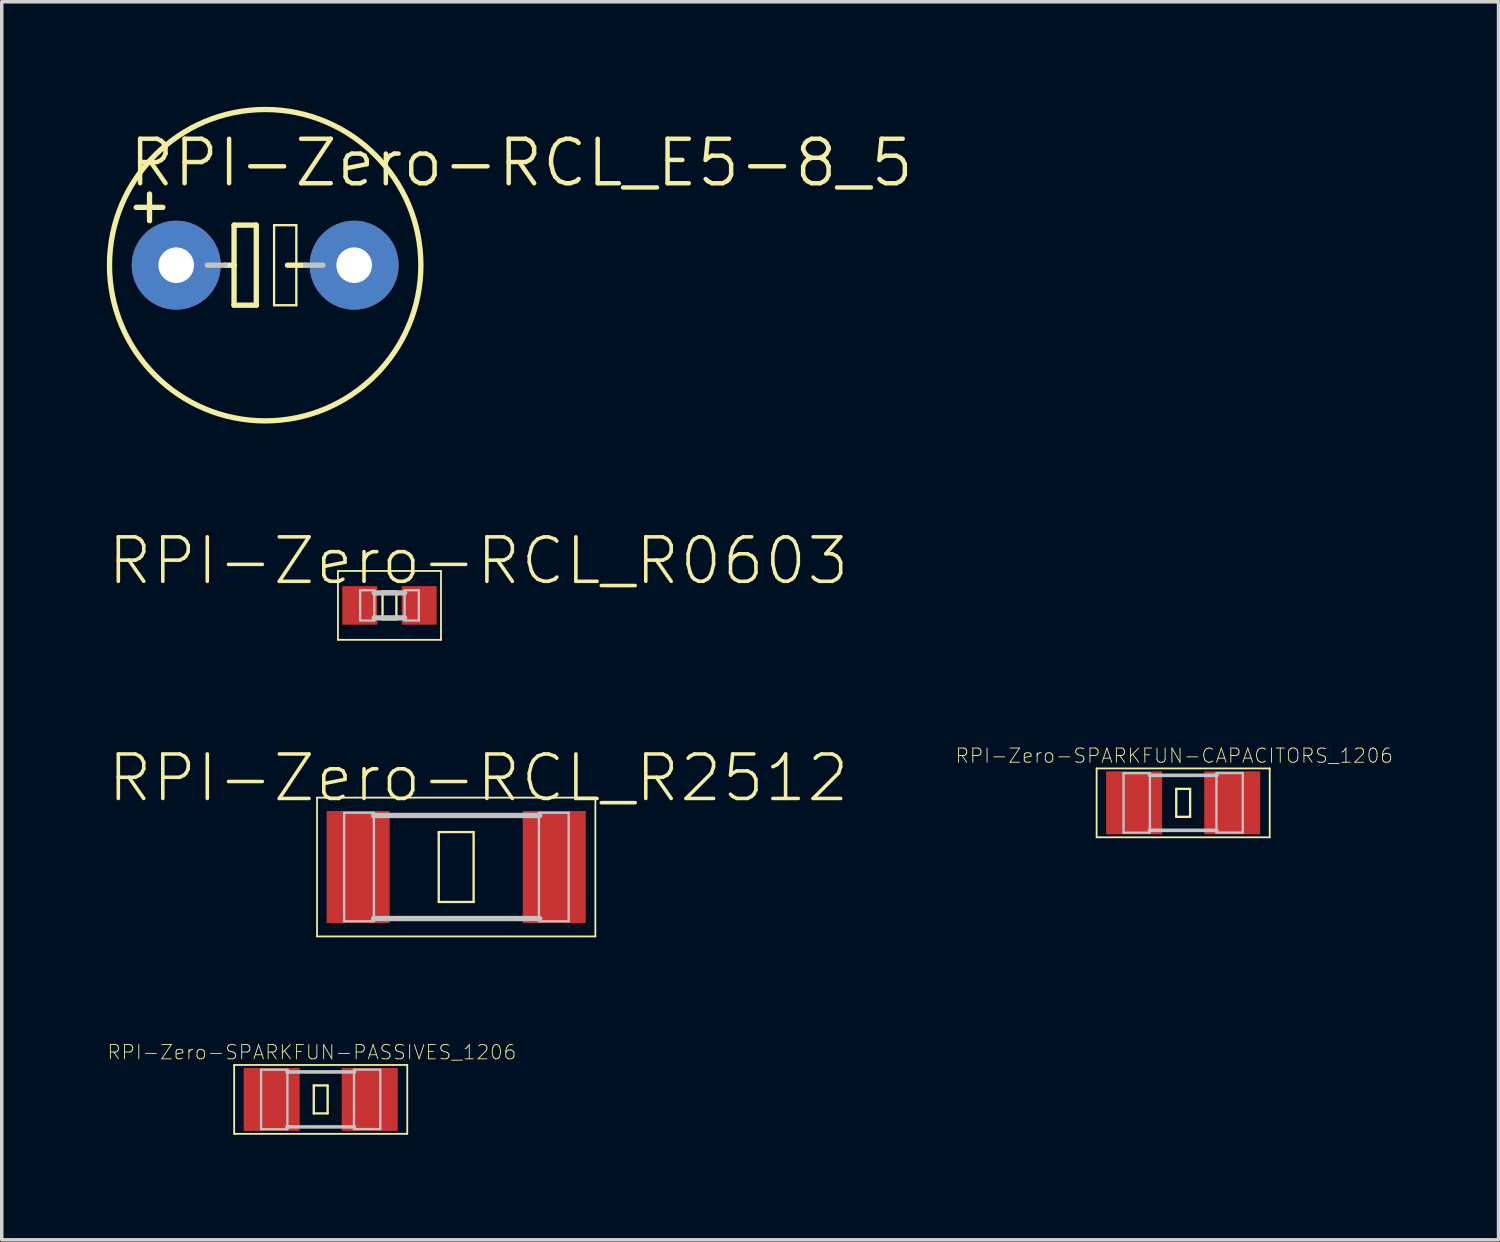
<source format=kicad_pcb>
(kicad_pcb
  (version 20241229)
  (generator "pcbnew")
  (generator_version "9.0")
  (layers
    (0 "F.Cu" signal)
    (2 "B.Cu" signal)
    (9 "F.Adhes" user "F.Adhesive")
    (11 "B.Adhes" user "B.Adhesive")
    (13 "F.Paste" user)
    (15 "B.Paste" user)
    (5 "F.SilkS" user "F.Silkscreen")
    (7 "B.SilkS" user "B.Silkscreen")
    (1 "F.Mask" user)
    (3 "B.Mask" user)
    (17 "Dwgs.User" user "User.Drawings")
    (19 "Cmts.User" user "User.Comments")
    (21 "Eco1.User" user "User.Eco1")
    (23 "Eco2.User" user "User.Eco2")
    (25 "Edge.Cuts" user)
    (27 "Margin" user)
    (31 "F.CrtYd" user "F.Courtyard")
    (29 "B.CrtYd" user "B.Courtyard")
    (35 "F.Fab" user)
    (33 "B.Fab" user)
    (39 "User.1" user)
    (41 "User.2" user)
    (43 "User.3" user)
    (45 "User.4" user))
  (footprint "RPI-Zero-RCL_R0603"
    (layer "F.Cu")
    (at 8.069 14.234)
    (property "Reference" "RPI-Zero-RCL_R0603" (at 2.54 -1.27 0) (layer "F.SilkS") (effects (font (size 1.27 1.27) (thickness 0.102))))
    (attr smd)
    (fp_line (start -1.471 -0.983) (end 1.471 -0.983) (stroke (width 0.051) (type solid)) (layer "F.SilkS"))
    (fp_line (start -1.471 0.983) (end -1.471 -0.983) (stroke (width 0.051) (type solid)) (layer "F.SilkS"))
    (fp_line (start -0.198 -0.399) (end 0.198 -0.399) (stroke (width 0.066) (type solid)) (layer "F.SilkS"))
    (fp_line (start -0.198 0.399) (end -0.198 -0.399) (stroke (width 0.066) (type solid)) (layer "F.SilkS"))
    (fp_line (start -0.198 0.399) (end 0.198 0.399) (stroke (width 0.066) (type solid)) (layer "F.SilkS"))
    (fp_line (start 0.198 0.399) (end 0.198 -0.399) (stroke (width 0.066) (type solid)) (layer "F.SilkS"))
    (fp_line (start 1.471 -0.983) (end 1.471 0.983) (stroke (width 0.051) (type solid)) (layer "F.SilkS"))
    (fp_line (start 1.471 0.983) (end -1.471 0.983) (stroke (width 0.051) (type solid)) (layer "F.SilkS"))
    (fp_line (start -0.838 -0.432) (end -0.432 -0.432) (stroke (width 0.066) (type solid)) (layer "Dwgs.User"))
    (fp_line (start -0.838 0.432) (end -0.838 -0.432) (stroke (width 0.066) (type solid)) (layer "Dwgs.User"))
    (fp_line (start -0.838 0.432) (end -0.432 0.432) (stroke (width 0.066) (type solid)) (layer "Dwgs.User"))
    (fp_line (start -0.432 0.356) (end 0.432 0.356) (stroke (width 0.152) (type solid)) (layer "Dwgs.User"))
    (fp_line (start -0.432 0.432) (end -0.432 -0.432) (stroke (width 0.066) (type solid)) (layer "Dwgs.User"))
    (fp_line (start 0.432 -0.432) (end 0.838 -0.432) (stroke (width 0.066) (type solid)) (layer "Dwgs.User"))
    (fp_line (start 0.432 -0.356) (end -0.432 -0.356) (stroke (width 0.152) (type solid)) (layer "Dwgs.User"))
    (fp_line (start 0.432 0.432) (end 0.432 -0.432) (stroke (width 0.066) (type solid)) (layer "Dwgs.User"))
    (fp_line (start 0.432 0.432) (end 0.838 0.432) (stroke (width 0.066) (type solid)) (layer "Dwgs.User"))
    (fp_line (start 0.838 0.432) (end 0.838 -0.432) (stroke (width 0.066) (type solid)) (layer "Dwgs.User"))
    (pad "1" smd rect (at -0.848 0) (size 0.998 1.1) (layers "F.Cu" "F.Mask" "F.Paste"))
    (pad "2" smd rect (at 0.848 0) (size 0.998 1.1) (layers "F.Cu" "F.Mask" "F.Paste")))
  (footprint "RPI-Zero-RCL_E5-8_5"
    (layer "F.Cu")
    (at 4.521 4.521)
    (property "Reference" "RPI-Zero-RCL_E5-8_5" (at 7.315 -2.921 0) (layer "F.SilkS") (effects (font (size 1.27 1.27) (thickness 0.127))))
    (attr exclude_from_pos_files exclude_from_bom)
    (fp_line (start -3.683 -1.651) (end -2.921 -1.651) (stroke (width 0.152) (type solid)) (layer "F.SilkS"))
    (fp_line (start -3.302 -2.032) (end -3.302 -1.27) (stroke (width 0.152) (type solid)) (layer "F.SilkS"))
    (fp_line (start -1.143 0) (end -0.889 0) (stroke (width 0.152) (type solid)) (layer "F.SilkS"))
    (fp_line (start -0.889 -1.143) (end -0.889 0) (stroke (width 0.152) (type solid)) (layer "F.SilkS"))
    (fp_line (start -0.889 0) (end -0.889 1.143) (stroke (width 0.152) (type solid)) (layer "F.SilkS"))
    (fp_line (start -0.889 1.143) (end -0.254 1.143) (stroke (width 0.152) (type solid)) (layer "F.SilkS"))
    (fp_line (start -0.254 -1.143) (end -0.889 -1.143) (stroke (width 0.152) (type solid)) (layer "F.SilkS"))
    (fp_line (start -0.254 1.143) (end -0.254 -1.143) (stroke (width 0.152) (type solid)) (layer "F.SilkS"))
    (fp_line (start 0.254 -1.143) (end 0.889 -1.143) (stroke (width 0.066) (type solid)) (layer "F.SilkS"))
    (fp_line (start 0.254 1.143) (end 0.254 -1.143) (stroke (width 0.066) (type solid)) (layer "F.SilkS"))
    (fp_line (start 0.254 1.143) (end 0.889 1.143) (stroke (width 0.066) (type solid)) (layer "F.SilkS"))
    (fp_line (start 0.635 0) (end 1.143 0) (stroke (width 0.152) (type solid)) (layer "F.SilkS"))
    (fp_line (start 0.889 1.143) (end 0.889 -1.143) (stroke (width 0.066) (type solid)) (layer "F.SilkS"))
    (fp_circle (center 0 0) (end 0 -4.445) (stroke (width 0.152) (type solid)) (fill no) (layer "F.SilkS"))
    (fp_line (start -1.651 0) (end -1.143 0) (stroke (width 0.152) (type solid)) (layer "Dwgs.User"))
    (fp_line (start 1.143 0) (end 1.651 0) (stroke (width 0.152) (type solid)) (layer "Dwgs.User"))
    (pad "+" thru_hole circle (at -2.54 0) (size 2.54 2.54) (drill 1.016) (layers "*.Cu" "*.Paste" "*.Mask"))
    (pad "-" thru_hole circle (at 2.54 0) (size 2.54 2.54) (drill 1.016) (layers "*.Cu" "*.Paste" "*.Mask")))
  (footprint "RPI-Zero-RCL_R2512"
    (layer "F.Cu")
    (at 9.974 21.703)
    (property "Reference" "RPI-Zero-RCL_R2512" (at 0.635 -2.54 0) (layer "F.SilkS") (effects (font (size 1.27 1.27) (thickness 0.102))))
    (attr smd)
    (fp_line (start -3.973 -1.981) (end 3.973 -1.981) (stroke (width 0.051) (type solid)) (layer "F.SilkS"))
    (fp_line (start -3.973 1.981) (end -3.973 -1.981) (stroke (width 0.051) (type solid)) (layer "F.SilkS"))
    (fp_line (start -0.498 -0.998) (end 0.498 -0.998) (stroke (width 0.066) (type solid)) (layer "F.SilkS"))
    (fp_line (start -0.498 0.998) (end -0.498 -0.998) (stroke (width 0.066) (type solid)) (layer "F.SilkS"))
    (fp_line (start -0.498 0.998) (end 0.498 0.998) (stroke (width 0.066) (type solid)) (layer "F.SilkS"))
    (fp_line (start 0.498 0.998) (end 0.498 -0.998) (stroke (width 0.066) (type solid)) (layer "F.SilkS"))
    (fp_line (start 3.973 -1.981) (end 3.973 1.981) (stroke (width 0.051) (type solid)) (layer "F.SilkS"))
    (fp_line (start 3.973 1.981) (end -3.973 1.981) (stroke (width 0.051) (type solid)) (layer "F.SilkS"))
    (fp_line (start -3.2 -1.549) (end -2.349 -1.549) (stroke (width 0.066) (type solid)) (layer "Dwgs.User"))
    (fp_line (start -3.2 1.549) (end -3.2 -1.549) (stroke (width 0.066) (type solid)) (layer "Dwgs.User"))
    (fp_line (start -3.2 1.549) (end -2.349 1.549) (stroke (width 0.066) (type solid)) (layer "Dwgs.User"))
    (fp_line (start -2.36 -1.471) (end 2.385 -1.471) (stroke (width 0.152) (type solid)) (layer "Dwgs.User"))
    (fp_line (start -2.36 1.471) (end 2.385 1.471) (stroke (width 0.152) (type solid)) (layer "Dwgs.User"))
    (fp_line (start -2.349 1.549) (end -2.349 -1.549) (stroke (width 0.066) (type solid)) (layer "Dwgs.User"))
    (fp_line (start 2.362 -1.549) (end 3.211 -1.549) (stroke (width 0.066) (type solid)) (layer "Dwgs.User"))
    (fp_line (start 2.362 1.549) (end 2.362 -1.549) (stroke (width 0.066) (type solid)) (layer "Dwgs.User"))
    (fp_line (start 2.362 1.549) (end 3.211 1.549) (stroke (width 0.066) (type solid)) (layer "Dwgs.User"))
    (fp_line (start 3.211 1.549) (end 3.211 -1.549) (stroke (width 0.066) (type solid)) (layer "Dwgs.User"))
    (pad "1" smd rect (at -2.799 0) (size 1.798 3.198) (layers "F.Cu" "F.Mask" "F.Paste"))
    (pad "2" smd rect (at 2.799 0) (size 1.798 3.198) (layers "F.Cu" "F.Mask" "F.Paste")))
  (footprint "RPI-Zero-SPARKFUN-CAPACITORS_1206"
    (layer "F.Cu")
    (at 30.729 19.871)
    (property "Reference" "RPI-Zero-SPARKFUN-CAPACITORS_1206" (at -0.254 -1.346 0) (layer "F.SilkS") (effects (font (size 0.406 0.406) (thickness 0.025))))
    (attr smd)
    (fp_line (start -2.471 -0.983) (end 2.471 -0.983) (stroke (width 0.051) (type solid)) (layer "F.SilkS"))
    (fp_line (start -2.471 0.983) (end -2.471 -0.983) (stroke (width 0.051) (type solid)) (layer "F.SilkS"))
    (fp_line (start -0.198 -0.399) (end 0.198 -0.399) (stroke (width 0.066) (type solid)) (layer "F.SilkS"))
    (fp_line (start -0.198 0.399) (end -0.198 -0.399) (stroke (width 0.066) (type solid)) (layer "F.SilkS"))
    (fp_line (start -0.198 0.399) (end 0.198 0.399) (stroke (width 0.066) (type solid)) (layer "F.SilkS"))
    (fp_line (start 0.198 0.399) (end 0.198 -0.399) (stroke (width 0.066) (type solid)) (layer "F.SilkS"))
    (fp_line (start 2.471 -0.983) (end 2.471 0.983) (stroke (width 0.051) (type solid)) (layer "F.SilkS"))
    (fp_line (start 2.471 0.983) (end -2.471 0.983) (stroke (width 0.051) (type solid)) (layer "F.SilkS"))
    (fp_line (start -1.702 -0.848) (end -0.95 -0.848) (stroke (width 0.066) (type solid)) (layer "Dwgs.User"))
    (fp_line (start -1.702 0.851) (end -1.702 -0.848) (stroke (width 0.066) (type solid)) (layer "Dwgs.User"))
    (fp_line (start -1.702 0.851) (end -0.95 0.851) (stroke (width 0.066) (type solid)) (layer "Dwgs.User"))
    (fp_line (start -0.963 -0.785) (end 0.963 -0.785) (stroke (width 0.102) (type solid)) (layer "Dwgs.User"))
    (fp_line (start -0.963 0.785) (end 0.963 0.785) (stroke (width 0.102) (type solid)) (layer "Dwgs.User"))
    (fp_line (start -0.95 0.851) (end -0.95 -0.848) (stroke (width 0.066) (type solid)) (layer "Dwgs.User"))
    (fp_line (start 0.95 -0.851) (end 1.702 -0.851) (stroke (width 0.066) (type solid)) (layer "Dwgs.User"))
    (fp_line (start 0.95 0.848) (end 0.95 -0.851) (stroke (width 0.066) (type solid)) (layer "Dwgs.User"))
    (fp_line (start 0.95 0.848) (end 1.702 0.848) (stroke (width 0.066) (type solid)) (layer "Dwgs.User"))
    (fp_line (start 1.702 0.848) (end 1.702 -0.851) (stroke (width 0.066) (type solid)) (layer "Dwgs.User"))
    (pad "1" smd rect (at -1.4 0) (size 1.598 1.798) (layers "F.Cu" "F.Mask" "F.Paste"))
    (pad "2" smd rect (at 1.4 0) (size 1.598 1.798) (layers "F.Cu" "F.Mask" "F.Paste")))
  (footprint "RPI-Zero-SPARKFUN-PASSIVES_1206"
    (layer "F.Cu")
    (at 6.106 28.338)
    (property "Reference" "RPI-Zero-SPARKFUN-PASSIVES_1206" (at -0.254 -1.346 0) (layer "F.SilkS") (effects (font (size 0.406 0.406) (thickness 0.025))))
    (attr smd)
    (fp_line (start -2.471 -0.983) (end 2.471 -0.983) (stroke (width 0.051) (type solid)) (layer "F.SilkS"))
    (fp_line (start -2.471 0.983) (end -2.471 -0.983) (stroke (width 0.051) (type solid)) (layer "F.SilkS"))
    (fp_line (start -0.198 -0.399) (end 0.198 -0.399) (stroke (width 0.066) (type solid)) (layer "F.SilkS"))
    (fp_line (start -0.198 0.399) (end -0.198 -0.399) (stroke (width 0.066) (type solid)) (layer "F.SilkS"))
    (fp_line (start -0.198 0.399) (end 0.198 0.399) (stroke (width 0.066) (type solid)) (layer "F.SilkS"))
    (fp_line (start 0.198 0.399) (end 0.198 -0.399) (stroke (width 0.066) (type solid)) (layer "F.SilkS"))
    (fp_line (start 2.471 -0.983) (end 2.471 0.983) (stroke (width 0.051) (type solid)) (layer "F.SilkS"))
    (fp_line (start 2.471 0.983) (end -2.471 0.983) (stroke (width 0.051) (type solid)) (layer "F.SilkS"))
    (fp_line (start -1.702 -0.848) (end -0.95 -0.848) (stroke (width 0.066) (type solid)) (layer "Dwgs.User"))
    (fp_line (start -1.702 0.851) (end -1.702 -0.848) (stroke (width 0.066) (type solid)) (layer "Dwgs.User"))
    (fp_line (start -1.702 0.851) (end -0.95 0.851) (stroke (width 0.066) (type solid)) (layer "Dwgs.User"))
    (fp_line (start -0.963 -0.785) (end 0.963 -0.785) (stroke (width 0.102) (type solid)) (layer "Dwgs.User"))
    (fp_line (start -0.963 0.785) (end 0.963 0.785) (stroke (width 0.102) (type solid)) (layer "Dwgs.User"))
    (fp_line (start -0.95 0.851) (end -0.95 -0.848) (stroke (width 0.066) (type solid)) (layer "Dwgs.User"))
    (fp_line (start 0.95 -0.851) (end 1.702 -0.851) (stroke (width 0.066) (type solid)) (layer "Dwgs.User"))
    (fp_line (start 0.95 0.848) (end 0.95 -0.851) (stroke (width 0.066) (type solid)) (layer "Dwgs.User"))
    (fp_line (start 0.95 0.848) (end 1.702 0.848) (stroke (width 0.066) (type solid)) (layer "Dwgs.User"))
    (fp_line (start 1.702 0.848) (end 1.702 -0.851) (stroke (width 0.066) (type solid)) (layer "Dwgs.User"))
    (pad "1" smd rect (at -1.4 0) (size 1.598 1.798) (layers "F.Cu" "F.Mask" "F.Paste"))
    (pad "2" smd rect (at 1.4 0) (size 1.598 1.798) (layers "F.Cu" "F.Mask" "F.Paste")))
  (gr_rect
    (start -3 -3)
    (end 39.733 32.347)
    (stroke (width 0.1) (type default))
    (fill no)
    (layer "Edge.Cuts")))
</source>
